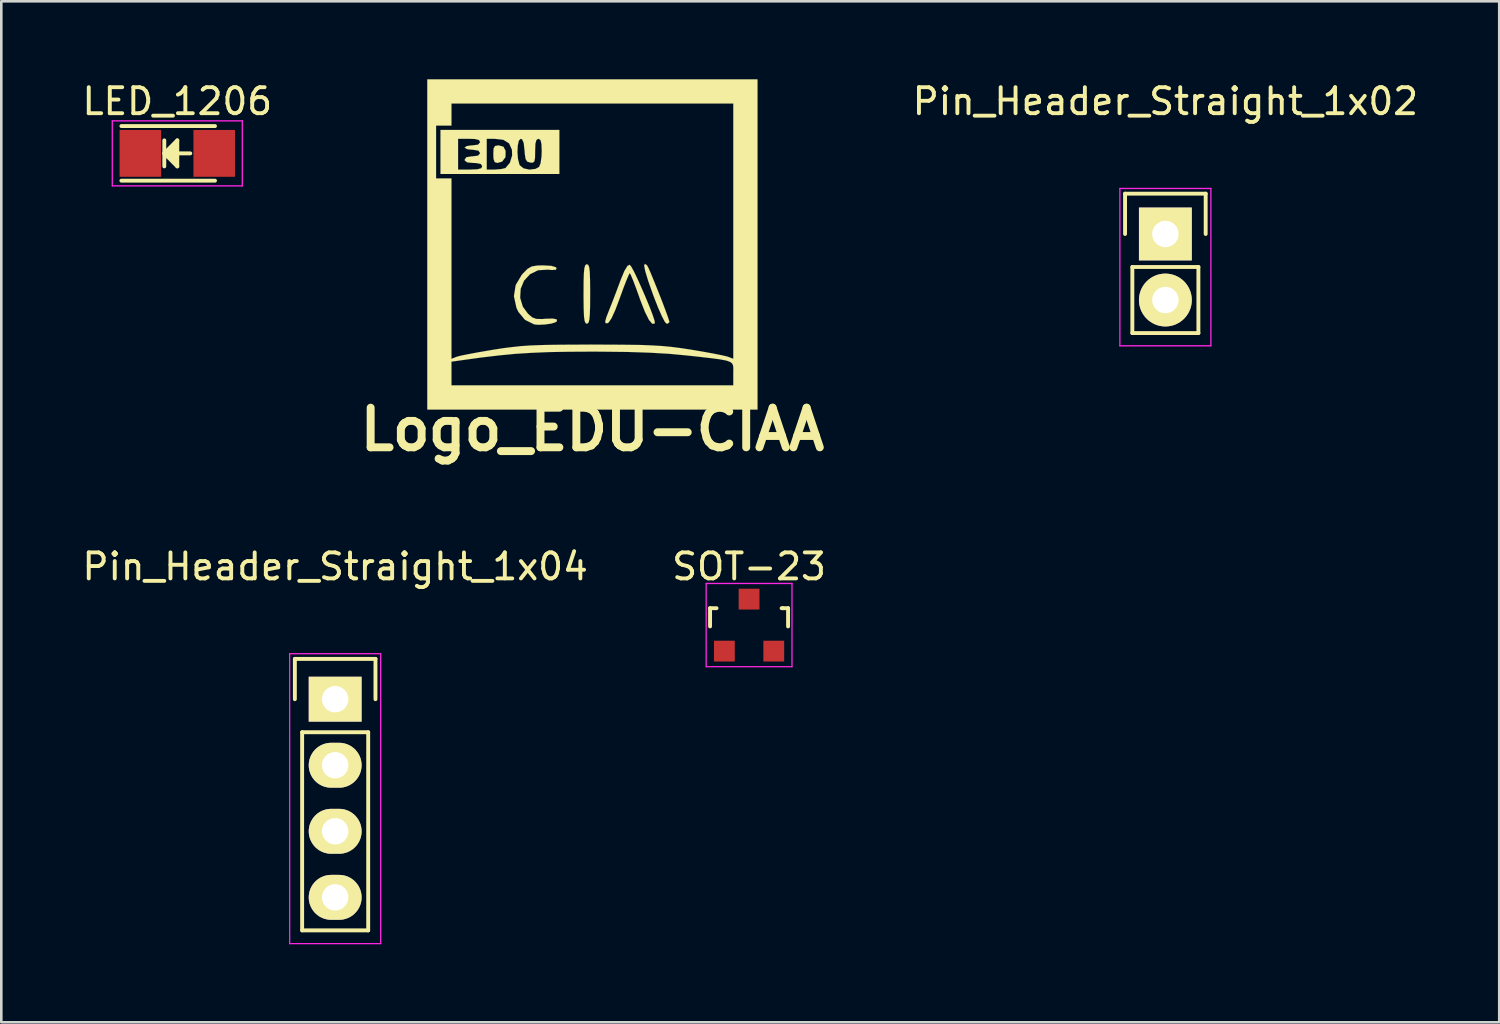
<source format=kicad_pcb>
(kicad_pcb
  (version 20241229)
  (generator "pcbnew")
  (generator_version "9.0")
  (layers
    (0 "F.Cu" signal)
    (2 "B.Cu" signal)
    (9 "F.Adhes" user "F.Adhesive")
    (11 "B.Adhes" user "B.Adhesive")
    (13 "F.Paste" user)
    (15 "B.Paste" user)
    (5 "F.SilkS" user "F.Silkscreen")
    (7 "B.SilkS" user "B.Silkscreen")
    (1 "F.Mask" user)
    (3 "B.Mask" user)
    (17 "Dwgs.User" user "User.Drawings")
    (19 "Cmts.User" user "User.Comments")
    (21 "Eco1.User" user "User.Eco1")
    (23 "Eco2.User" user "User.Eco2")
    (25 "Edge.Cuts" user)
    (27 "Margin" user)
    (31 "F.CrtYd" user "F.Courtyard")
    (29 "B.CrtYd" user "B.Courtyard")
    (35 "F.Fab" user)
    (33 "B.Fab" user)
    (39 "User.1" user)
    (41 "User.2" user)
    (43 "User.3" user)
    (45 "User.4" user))
  (footprint "Pin_Header_Straight_1x02"
    (layer "F.Cu")
    (at 41.765 5.948)
    (property "Reference" "Pin_Header_Straight_1x02" (at 0 -5.1 0) (layer "F.SilkS") (effects (font (size 1 1) (thickness 0.15))))
    (attr through_hole)
    (fp_line (start -1.55 -1.55) (end 1.55 -1.55) (stroke (width 0.15) (type solid)) (layer "F.SilkS"))
    (fp_line (start -1.55 0) (end -1.55 -1.55) (stroke (width 0.15) (type solid)) (layer "F.SilkS"))
    (fp_line (start -1.27 1.27) (end -1.27 3.81) (stroke (width 0.15) (type solid)) (layer "F.SilkS"))
    (fp_line (start -1.27 3.81) (end 1.27 3.81) (stroke (width 0.15) (type solid)) (layer "F.SilkS"))
    (fp_line (start 1.27 1.27) (end -1.27 1.27) (stroke (width 0.15) (type solid)) (layer "F.SilkS"))
    (fp_line (start 1.27 1.27) (end 1.27 3.81) (stroke (width 0.15) (type solid)) (layer "F.SilkS"))
    (fp_line (start 1.55 -1.55) (end 1.55 0) (stroke (width 0.15) (type solid)) (layer "F.SilkS"))
    (fp_line (start -1.75 -1.75) (end -1.75 4.3) (stroke (width 0.05) (type solid)) (layer "F.CrtYd"))
    (fp_line (start -1.75 -1.75) (end 1.75 -1.75) (stroke (width 0.05) (type solid)) (layer "F.CrtYd"))
    (fp_line (start -1.75 4.3) (end 1.75 4.3) (stroke (width 0.05) (type solid)) (layer "F.CrtYd"))
    (fp_line (start 1.75 -1.75) (end 1.75 4.3) (stroke (width 0.05) (type solid)) (layer "F.CrtYd"))
    (pad "1" thru_hole rect (at 0 0) (size 2.032 2.032) (drill 1.016) (layers "*.Cu" "*.Mask" "F.SilkS"))
    (pad "2" thru_hole oval (at 0 2.54) (size 2.032 2.032) (drill 1.016) (layers "*.Cu" "*.Mask" "F.SilkS")))
  (footprint "Logo_EDU-CIAA"
    (layer "F.Cu")
    (at 19.731 6.351)
    (property "Reference" "Logo_EDU-CIAA" (at 0 7.112 0) (layer "F.SilkS") (effects (font (size 1.524 1.524) (thickness 0.305))))
    (attr through_hole)
    (fp_poly (pts (xy -3.338 -3.599) (xy -3.343 -3.358) (xy -3.47 -3.188) (xy -3.653 -3.134) (xy -3.757 -3.167) (xy -3.802 -3.292) (xy -3.81 -3.472) (xy -3.8 -3.691) (xy -3.744 -3.787) (xy -3.617 -3.81) (xy -3.602 -3.81) (xy -3.421 -3.759) (xy -3.338 -3.599)) (stroke (width 0.003) (type solid)) (fill yes) (layer "F.SilkS"))
    (fp_poly (pts (xy 2.962 2.987) (xy 2.896 3.043) (xy 2.852 3.048) (xy 2.784 2.972) (xy 2.672 2.758) (xy 2.53 2.436) (xy 2.37 2.029) (xy 2.337 1.941) (xy 2.151 1.415) (xy 2.037 1.041) (xy 1.991 0.818) (xy 2.017 0.744) (xy 2.106 0.808) (xy 2.159 0.912) (xy 2.256 1.133) (xy 2.383 1.443) (xy 2.525 1.796) (xy 2.67 2.162) (xy 2.797 2.499) (xy 2.898 2.776) (xy 2.954 2.949) (xy 2.962 2.987)) (stroke (width 0.003) (type solid)) (fill yes) (layer "F.SilkS"))
    (fp_poly (pts (xy -0.086 1.905) (xy -0.089 2.372) (xy -0.099 2.695) (xy -0.119 2.901) (xy -0.15 3.007) (xy -0.198 3.045) (xy -0.213 3.048) (xy -0.264 3.023) (xy -0.3 2.934) (xy -0.323 2.756) (xy -0.335 2.464) (xy -0.34 2.032) (xy -0.34 1.905) (xy -0.338 1.435) (xy -0.328 1.113) (xy -0.307 0.907) (xy -0.274 0.8) (xy -0.226 0.762) (xy -0.213 0.762) (xy -0.16 0.785) (xy -0.124 0.874) (xy -0.102 1.052) (xy -0.091 1.344) (xy -0.086 1.775) (xy -0.086 1.905)) (stroke (width 0.003) (type solid)) (fill yes) (layer "F.SilkS"))
    (fp_poly (pts (xy -1.364 2.949) (xy -1.42 2.992) (xy -1.582 3.043) (xy -1.831 3.078) (xy -2.085 3.089) (xy -2.24 3.073) (xy -2.593 2.898) (xy -2.847 2.591) (xy -2.921 2.436) (xy -3.018 1.986) (xy -2.949 1.56) (xy -2.715 1.166) (xy -2.667 1.113) (xy -2.492 0.937) (xy -2.334 0.846) (xy -2.123 0.81) (xy -1.902 0.805) (xy -1.58 0.823) (xy -1.405 0.876) (xy -1.379 0.909) (xy -1.402 0.97) (xy -1.552 0.983) (xy -1.709 0.968) (xy -2.088 0.991) (xy -2.398 1.143) (xy -2.629 1.392) (xy -2.758 1.704) (xy -2.779 2.05) (xy -2.675 2.395) (xy -2.477 2.664) (xy -2.319 2.802) (xy -2.159 2.863) (xy -1.93 2.868) (xy -1.801 2.857) (xy -1.519 2.85) (xy -1.369 2.883) (xy -1.364 2.949)) (stroke (width 0.003) (type solid)) (fill yes) (layer "F.SilkS"))
    (fp_poly (pts (xy 2.403 3.035) (xy 2.304 3.053) (xy 2.177 2.903) (xy 2.022 2.593) (xy 1.836 2.121) (xy 1.808 2.037) (xy 1.676 1.671) (xy 1.562 1.372) (xy 1.478 1.171) (xy 1.438 1.1) (xy 1.394 1.176) (xy 1.308 1.379) (xy 1.191 1.681) (xy 1.057 2.05) (xy 1.057 2.052) (xy 0.879 2.522) (xy 0.737 2.835) (xy 0.625 3) (xy 0.574 3.03) (xy 0.505 3.025) (xy 0.493 2.959) (xy 0.538 2.797) (xy 0.645 2.522) (xy 0.79 2.156) (xy 0.953 1.727) (xy 1.085 1.372) (xy 1.232 1.016) (xy 1.351 0.823) (xy 1.435 0.78) (xy 1.499 0.861) (xy 1.608 1.062) (xy 1.748 1.354) (xy 1.902 1.699) (xy 2.06 2.065) (xy 2.205 2.416) (xy 2.319 2.715) (xy 2.39 2.934) (xy 2.403 3.035)) (stroke (width 0.003) (type solid)) (fill yes) (layer "F.SilkS"))
    (fp_poly (pts (xy 6.35 6.35) (xy 5.42 6.35) (xy 5.42 4.801) (xy 5.418 4.737) (xy 5.418 4.397) (xy 5.418 -0.511) (xy 5.418 -5.42) (xy 0 -5.42) (xy -5.42 -5.42) (xy -5.42 -4.996) (xy -5.42 -4.572) (xy -5.715 -4.572) (xy -6.012 -4.572) (xy -6.012 -3.556) (xy -6.012 -2.54) (xy -5.715 -2.54) (xy -5.42 -2.54) (xy -5.42 0.927) (xy -5.42 4.397) (xy -5.215 4.318) (xy -5.06 4.277) (xy -4.773 4.219) (xy -4.392 4.148) (xy -3.952 4.072) (xy -3.797 4.046) (xy -3.424 3.988) (xy -3.081 3.945) (xy -2.741 3.909) (xy -2.375 3.884) (xy -1.956 3.868) (xy -1.455 3.858) (xy -0.846 3.853) (xy -0.097 3.851) (xy 0 3.851) (xy 0.765 3.853) (xy 1.389 3.858) (xy 1.902 3.866) (xy 2.329 3.884) (xy 2.7 3.907) (xy 3.04 3.94) (xy 3.381 3.983) (xy 3.749 4.039) (xy 3.795 4.046) (xy 4.244 4.122) (xy 4.651 4.196) (xy 4.973 4.26) (xy 5.177 4.308) (xy 5.212 4.318) (xy 5.418 4.397) (xy 5.418 4.737) (xy 5.415 4.676) (xy 5.382 4.585) (xy 5.298 4.516) (xy 5.146 4.463) (xy 4.905 4.417) (xy 4.552 4.371) (xy 4.067 4.315) (xy 3.597 4.265) (xy 2.946 4.204) (xy 2.202 4.161) (xy 1.346 4.133) (xy 0.351 4.122) (xy 0 4.12) (xy -0.892 4.125) (xy -1.656 4.138) (xy -2.334 4.166) (xy -2.967 4.206) (xy -3.597 4.267) (xy -4.265 4.346) (xy -4.763 4.415) (xy -5.42 4.506) (xy -5.42 4.961) (xy -5.42 5.418) (xy 0 5.418) (xy 5.418 5.418) (xy 5.418 4.961) (xy 5.42 4.801) (xy 5.42 6.35) (xy 0 6.35) (xy -6.35 6.35) (xy -6.35 0) (xy -6.35 -6.35) (xy 0 -6.35) (xy 6.35 -6.35) (xy 6.35 0) (xy 6.35 6.35)) (stroke (width 0.003) (type solid)) (fill yes) (layer "F.SilkS"))
    (fp_poly (pts (xy -1.27 -2.71) (xy -1.948 -2.71) (xy -1.948 -3.574) (xy -1.958 -3.863) (xy -1.996 -4.016) (xy -2.068 -4.064) (xy -2.075 -4.064) (xy -2.151 -4.023) (xy -2.192 -3.879) (xy -2.202 -3.597) (xy -2.202 -3.594) (xy -2.207 -3.325) (xy -2.235 -3.188) (xy -2.299 -3.145) (xy -2.393 -3.15) (xy -2.507 -3.188) (xy -2.57 -3.289) (xy -2.601 -3.498) (xy -2.609 -3.619) (xy -2.642 -3.904) (xy -2.7 -4.041) (xy -2.758 -4.064) (xy -2.83 -3.99) (xy -2.87 -3.802) (xy -2.883 -3.551) (xy -2.863 -3.294) (xy -2.809 -3.081) (xy -2.791 -3.043) (xy -2.647 -2.926) (xy -2.418 -2.878) (xy -2.187 -2.906) (xy -2.05 -2.982) (xy -1.994 -3.117) (xy -1.958 -3.36) (xy -1.948 -3.574) (xy -1.948 -2.71) (xy -3.086 -2.71) (xy -3.086 -3.421) (xy -3.094 -3.647) (xy -3.205 -3.889) (xy -3.429 -4.026) (xy -3.764 -4.064) (xy -4.064 -4.064) (xy -4.064 -3.472) (xy -4.064 -2.88) (xy -3.747 -2.88) (xy -3.515 -2.898) (xy -3.353 -2.936) (xy -3.338 -2.944) (xy -3.172 -3.142) (xy -3.086 -3.421) (xy -3.086 -2.71) (xy -3.556 -2.71) (xy -4.234 -2.71) (xy -4.234 -3.007) (xy -4.29 -3.096) (xy -4.475 -3.132) (xy -4.572 -3.134) (xy -4.808 -3.155) (xy -4.905 -3.223) (xy -4.912 -3.261) (xy -4.849 -3.355) (xy -4.643 -3.388) (xy -4.615 -3.388) (xy -4.397 -3.416) (xy -4.321 -3.503) (xy -4.318 -3.515) (xy -4.384 -3.609) (xy -4.59 -3.642) (xy -4.615 -3.642) (xy -4.811 -3.663) (xy -4.91 -3.716) (xy -4.912 -3.726) (xy -4.839 -3.782) (xy -4.653 -3.81) (xy -4.615 -3.81) (xy -4.397 -3.838) (xy -4.321 -3.927) (xy -4.318 -3.937) (xy -4.364 -4.018) (xy -4.521 -4.056) (xy -4.742 -4.064) (xy -5.166 -4.064) (xy -5.166 -3.472) (xy -5.166 -2.88) (xy -4.699 -2.88) (xy -4.42 -2.891) (xy -4.275 -2.931) (xy -4.234 -3.007) (xy -4.234 -2.71) (xy -5.842 -2.71) (xy -5.842 -3.556) (xy -5.842 -4.404) (xy -3.556 -4.404) (xy -1.27 -4.404) (xy -1.27 -3.556) (xy -1.27 -2.71)) (stroke (width 0.003) (type solid)) (fill yes) (layer "F.SilkS")))
  (footprint "SOT-23"
    (layer "F.Cu")
    (at 25.756 20.988)
    (property "Reference" "SOT-23" (at 0 -2.25 0) (layer "F.SilkS") (effects (font (size 1 1) (thickness 0.15))))
    (attr smd)
    (fp_line (start -1.5 -0.65) (end -1.251 -0.65) (stroke (width 0.15) (type solid)) (layer "F.SilkS"))
    (fp_line (start -1.5 0.051) (end -1.5 -0.65) (stroke (width 0.15) (type solid)) (layer "F.SilkS"))
    (fp_line (start 1.299 -0.65) (end 1.251 -0.65) (stroke (width 0.15) (type solid)) (layer "F.SilkS"))
    (fp_line (start 1.299 -0.65) (end 1.5 -0.65) (stroke (width 0.15) (type solid)) (layer "F.SilkS"))
    (fp_line (start 1.5 -0.65) (end 1.5 0.051) (stroke (width 0.15) (type solid)) (layer "F.SilkS"))
    (fp_line (start -1.65 -1.6) (end 1.65 -1.6) (stroke (width 0.05) (type solid)) (layer "F.CrtYd"))
    (fp_line (start -1.65 1.6) (end -1.65 -1.6) (stroke (width 0.05) (type solid)) (layer "F.CrtYd"))
    (fp_line (start 1.65 -1.6) (end 1.65 1.6) (stroke (width 0.05) (type solid)) (layer "F.CrtYd"))
    (fp_line (start 1.65 1.6) (end -1.65 1.6) (stroke (width 0.05) (type solid)) (layer "F.CrtYd"))
    (pad "1" smd rect (at -0.95 1.001) (size 0.8 0.8) (layers "F.Cu" "F.Mask" "F.Paste"))
    (pad "2" smd rect (at 0.95 1.001) (size 0.8 0.8) (layers "F.Cu" "F.Mask" "F.Paste"))
    (pad "3" smd rect (at 0 -0.998) (size 0.8 0.8) (layers "F.Cu" "F.Mask" "F.Paste")))
  (footprint "LED_1206"
    (layer "F.Cu")
    (at 3.768 2.848)
    (property "Reference" "LED_1206" (at 0 -2 0) (layer "F.SilkS") (effects (font (size 1 1) (thickness 0.15))))
    (attr smd)
    (fp_line (start -2.15 -1.05) (end 1.45 -1.05) (stroke (width 0.15) (type solid)) (layer "F.SilkS"))
    (fp_line (start -2.15 1.05) (end 1.45 1.05) (stroke (width 0.15) (type solid)) (layer "F.SilkS"))
    (fp_line (start -0.5 -0.5) (end -0.5 0.5) (stroke (width 0.15) (type solid)) (layer "F.SilkS"))
    (fp_line (start -0.5 0) (end 0 -0.5) (stroke (width 0.15) (type solid)) (layer "F.SilkS"))
    (fp_line (start -0.4 0) (end -0.2 -0.2) (stroke (width 0.15) (type solid)) (layer "F.SilkS"))
    (fp_line (start -0.2 -0.2) (end -0.2 0.05) (stroke (width 0.15) (type solid)) (layer "F.SilkS"))
    (fp_line (start -0.2 0.05) (end -0.25 0) (stroke (width 0.15) (type solid)) (layer "F.SilkS"))
    (fp_line (start -0.1 -0.3) (end -0.1 0.3) (stroke (width 0.15) (type solid)) (layer "F.SilkS"))
    (fp_line (start -0.1 0.3) (end -0.4 0) (stroke (width 0.15) (type solid)) (layer "F.SilkS"))
    (fp_line (start 0 -0.5) (end 0 0.5) (stroke (width 0.15) (type solid)) (layer "F.SilkS"))
    (fp_line (start 0 0) (end 0.5 0) (stroke (width 0.15) (type solid)) (layer "F.SilkS"))
    (fp_line (start 0 0.5) (end -0.5 0) (stroke (width 0.15) (type solid)) (layer "F.SilkS"))
    (fp_line (start -2.5 -1.25) (end -2.5 1.25) (stroke (width 0.05) (type solid)) (layer "F.CrtYd"))
    (fp_line (start -2.5 1.25) (end 2.5 1.25) (stroke (width 0.05) (type solid)) (layer "F.CrtYd"))
    (fp_line (start 2.5 -1.25) (end -2.5 -1.25) (stroke (width 0.05) (type solid)) (layer "F.CrtYd"))
    (fp_line (start 2.5 1.25) (end 2.5 -1.25) (stroke (width 0.05) (type solid)) (layer "F.CrtYd"))
    (pad "1" smd rect (at -1.42 0 180) (size 1.598 1.801) (layers "F.Cu" "F.Mask" "F.Paste"))
    (pad "2" smd rect (at 1.42 0 180) (size 1.598 1.801) (layers "F.Cu" "F.Mask" "F.Paste")))
  (footprint "Pin_Header_Straight_1x04"
    (layer "F.Cu")
    (at 9.839 23.838)
    (property "Reference" "Pin_Header_Straight_1x04" (at 0 -5.1 0) (layer "F.SilkS") (effects (font (size 1 1) (thickness 0.15))))
    (attr through_hole)
    (fp_line (start -1.55 -1.55) (end 1.55 -1.55) (stroke (width 0.15) (type solid)) (layer "F.SilkS"))
    (fp_line (start -1.55 0) (end -1.55 -1.55) (stroke (width 0.15) (type solid)) (layer "F.SilkS"))
    (fp_line (start -1.27 1.27) (end -1.27 8.89) (stroke (width 0.15) (type solid)) (layer "F.SilkS"))
    (fp_line (start -1.27 8.89) (end 1.27 8.89) (stroke (width 0.15) (type solid)) (layer "F.SilkS"))
    (fp_line (start 1.27 1.27) (end -1.27 1.27) (stroke (width 0.15) (type solid)) (layer "F.SilkS"))
    (fp_line (start 1.27 1.27) (end 1.27 8.89) (stroke (width 0.15) (type solid)) (layer "F.SilkS"))
    (fp_line (start 1.55 -1.55) (end 1.55 0) (stroke (width 0.15) (type solid)) (layer "F.SilkS"))
    (fp_line (start -1.75 -1.75) (end -1.75 9.4) (stroke (width 0.05) (type solid)) (layer "F.CrtYd"))
    (fp_line (start -1.75 -1.75) (end 1.75 -1.75) (stroke (width 0.05) (type solid)) (layer "F.CrtYd"))
    (fp_line (start -1.75 9.4) (end 1.75 9.4) (stroke (width 0.05) (type solid)) (layer "F.CrtYd"))
    (fp_line (start 1.75 -1.75) (end 1.75 9.4) (stroke (width 0.05) (type solid)) (layer "F.CrtYd"))
    (pad "1" thru_hole rect (at 0 0) (size 2.032 1.727) (drill 1.016) (layers "*.Cu" "*.Mask" "F.SilkS"))
    (pad "2" thru_hole oval (at 0 2.54) (size 2.032 1.727) (drill 1.016) (layers "*.Cu" "*.Mask" "F.SilkS"))
    (pad "3" thru_hole oval (at 0 5.08) (size 2.032 1.727) (drill 1.016) (layers "*.Cu" "*.Mask" "F.SilkS"))
    (pad "4" thru_hole oval (at 0 7.62) (size 2.032 1.727) (drill 1.016) (layers "*.Cu" "*.Mask" "F.SilkS")))
  (gr_rect
    (start -3 -3)
    (end 54.604 36.263)
    (stroke (width 0.1) (type default))
    (fill no)
    (layer "Edge.Cuts")))
</source>
